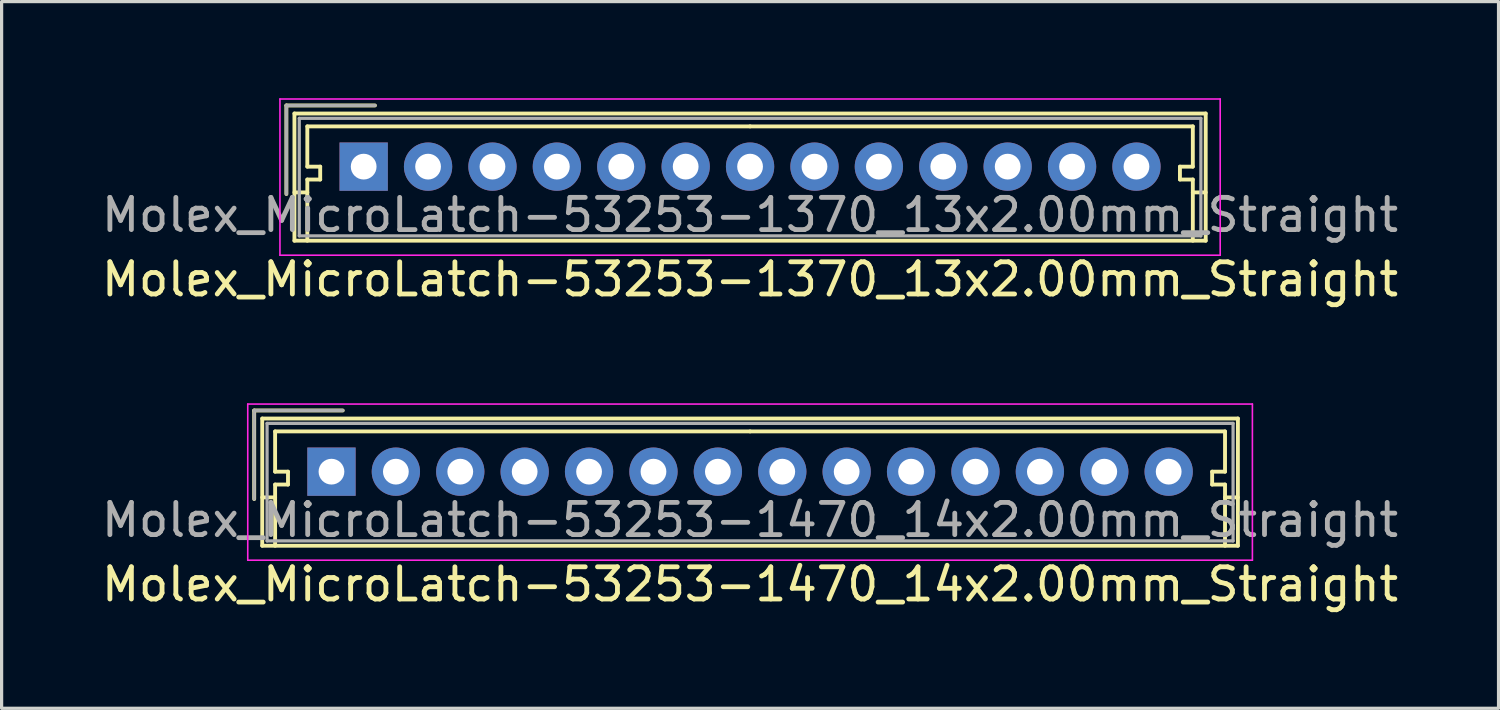
<source format=kicad_pcb>
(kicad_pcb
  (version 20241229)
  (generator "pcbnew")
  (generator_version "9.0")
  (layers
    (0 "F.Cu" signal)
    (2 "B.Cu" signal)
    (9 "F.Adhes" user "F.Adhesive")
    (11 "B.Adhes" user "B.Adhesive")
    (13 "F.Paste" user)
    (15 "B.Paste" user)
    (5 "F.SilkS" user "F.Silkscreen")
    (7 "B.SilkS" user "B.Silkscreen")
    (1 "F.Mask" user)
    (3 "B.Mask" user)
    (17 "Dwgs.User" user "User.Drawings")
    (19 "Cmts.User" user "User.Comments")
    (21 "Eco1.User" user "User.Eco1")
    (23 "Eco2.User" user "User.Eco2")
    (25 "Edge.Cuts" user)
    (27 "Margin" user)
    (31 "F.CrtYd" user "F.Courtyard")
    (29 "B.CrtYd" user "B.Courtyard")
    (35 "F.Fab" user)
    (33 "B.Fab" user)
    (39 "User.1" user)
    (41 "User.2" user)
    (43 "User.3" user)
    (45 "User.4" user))
  (footprint "Molex_MicroLatch-53253-1370_13x2.00mm_Straight"
    (layer "F.Cu")
    (at 8.244 2.125)
    (property "Reference" "Molex_MicroLatch-53253-1370_13x2.00mm_Straight" (at 12 3.5 0) (layer "F.SilkS") (effects (font (size 1 1) (thickness 0.15))))
    (attr through_hole)
    (fp_line (start -2.4 -1.9) (end -2.4 0.85) (stroke (width 0.12) (type solid)) (layer "F.SilkS"))
    (fp_line (start -2.15 -1.65) (end -2.15 2.3) (stroke (width 0.12) (type solid)) (layer "F.SilkS"))
    (fp_line (start -2.15 0.8) (end -1.75 0.8) (stroke (width 0.12) (type solid)) (layer "F.SilkS"))
    (fp_line (start -2.15 2.3) (end 26.15 2.3) (stroke (width 0.12) (type solid)) (layer "F.SilkS"))
    (fp_line (start -1.75 -1.25) (end -1.75 0) (stroke (width 0.12) (type solid)) (layer "F.SilkS"))
    (fp_line (start -1.75 0) (end -1.35 0) (stroke (width 0.12) (type solid)) (layer "F.SilkS"))
    (fp_line (start -1.75 0.4) (end -1.75 2.3) (stroke (width 0.12) (type solid)) (layer "F.SilkS"))
    (fp_line (start -1.35 0) (end -1.35 0.4) (stroke (width 0.12) (type solid)) (layer "F.SilkS"))
    (fp_line (start -1.35 0.4) (end -1.75 0.4) (stroke (width 0.12) (type solid)) (layer "F.SilkS"))
    (fp_line (start 0.35 -1.9) (end -2.4 -1.9) (stroke (width 0.12) (type solid)) (layer "F.SilkS"))
    (fp_line (start 12 -1.25) (end -1.75 -1.25) (stroke (width 0.12) (type solid)) (layer "F.SilkS"))
    (fp_line (start 12 -1.25) (end 25.75 -1.25) (stroke (width 0.12) (type solid)) (layer "F.SilkS"))
    (fp_line (start 25.35 0) (end 25.35 0.4) (stroke (width 0.12) (type solid)) (layer "F.SilkS"))
    (fp_line (start 25.35 0.4) (end 25.75 0.4) (stroke (width 0.12) (type solid)) (layer "F.SilkS"))
    (fp_line (start 25.75 -1.25) (end 25.75 0) (stroke (width 0.12) (type solid)) (layer "F.SilkS"))
    (fp_line (start 25.75 0) (end 25.35 0) (stroke (width 0.12) (type solid)) (layer "F.SilkS"))
    (fp_line (start 25.75 0.4) (end 25.75 2.3) (stroke (width 0.12) (type solid)) (layer "F.SilkS"))
    (fp_line (start 26.15 -1.65) (end -2.15 -1.65) (stroke (width 0.12) (type solid)) (layer "F.SilkS"))
    (fp_line (start 26.15 0.8) (end 25.75 0.8) (stroke (width 0.12) (type solid)) (layer "F.SilkS"))
    (fp_line (start 26.15 2.3) (end 26.15 -1.65) (stroke (width 0.12) (type solid)) (layer "F.SilkS"))
    (fp_line (start -2.6 -2.1) (end -2.6 2.75) (stroke (width 0.05) (type solid)) (layer "F.CrtYd"))
    (fp_line (start -2.6 2.75) (end 26.6 2.75) (stroke (width 0.05) (type solid)) (layer "F.CrtYd"))
    (fp_line (start 26.6 -2.1) (end -2.6 -2.1) (stroke (width 0.05) (type solid)) (layer "F.CrtYd"))
    (fp_line (start 26.6 2.75) (end 26.6 -2.1) (stroke (width 0.05) (type solid)) (layer "F.CrtYd"))
    (fp_line (start -2.4 -1.9) (end -2.4 0.85) (stroke (width 0.1) (type solid)) (layer "F.Fab"))
    (fp_line (start -2 -1.5) (end -2 2.15) (stroke (width 0.1) (type solid)) (layer "F.Fab"))
    (fp_line (start -2 2.15) (end 26 2.15) (stroke (width 0.1) (type solid)) (layer "F.Fab"))
    (fp_line (start 0.35 -1.9) (end -2.4 -1.9) (stroke (width 0.1) (type solid)) (layer "F.Fab"))
    (fp_line (start 26 -1.5) (end -2 -1.5) (stroke (width 0.1) (type solid)) (layer "F.Fab"))
    (fp_line (start 26 2.15) (end 26 -1.5) (stroke (width 0.1) (type solid)) (layer "F.Fab"))
    (fp_text user "${REFERENCE}" (at 12 1.5 0) (layer "F.Fab") (effects (font (size 1 1) (thickness 0.15))))
    (pad "1" thru_hole rect (at 0 0) (size 1.5 1.5) (drill 0.8) (layers "*.Cu" "*.Mask"))
    (pad "2" thru_hole circle (at 2 0) (size 1.5 1.5) (drill 0.8) (layers "*.Cu" "*.Mask"))
    (pad "3" thru_hole circle (at 4 0) (size 1.5 1.5) (drill 0.8) (layers "*.Cu" "*.Mask"))
    (pad "4" thru_hole circle (at 6 0) (size 1.5 1.5) (drill 0.8) (layers "*.Cu" "*.Mask"))
    (pad "5" thru_hole circle (at 8 0) (size 1.5 1.5) (drill 0.8) (layers "*.Cu" "*.Mask"))
    (pad "6" thru_hole circle (at 10 0) (size 1.5 1.5) (drill 0.8) (layers "*.Cu" "*.Mask"))
    (pad "7" thru_hole circle (at 12 0) (size 1.5 1.5) (drill 0.8) (layers "*.Cu" "*.Mask"))
    (pad "8" thru_hole circle (at 14 0) (size 1.5 1.5) (drill 0.8) (layers "*.Cu" "*.Mask"))
    (pad "9" thru_hole circle (at 16 0) (size 1.5 1.5) (drill 0.8) (layers "*.Cu" "*.Mask"))
    (pad "10" thru_hole circle (at 18 0) (size 1.5 1.5) (drill 0.8) (layers "*.Cu" "*.Mask"))
    (pad "11" thru_hole circle (at 20 0) (size 1.5 1.5) (drill 0.8) (layers "*.Cu" "*.Mask"))
    (pad "12" thru_hole circle (at 22 0) (size 1.5 1.5) (drill 0.8) (layers "*.Cu" "*.Mask"))
    (pad "13" thru_hole circle (at 24 0) (size 1.5 1.5) (drill 0.8) (layers "*.Cu" "*.Mask")))
  (footprint "Molex_MicroLatch-53253-1470_14x2.00mm_Straight"
    (layer "F.Cu")
    (at 7.244 11.598)
    (property "Reference" "Molex_MicroLatch-53253-1470_14x2.00mm_Straight" (at 13 3.5 0) (layer "F.SilkS") (effects (font (size 1 1) (thickness 0.15))))
    (attr through_hole)
    (fp_line (start -2.4 -1.9) (end -2.4 0.85) (stroke (width 0.12) (type solid)) (layer "F.SilkS"))
    (fp_line (start -2.15 -1.65) (end -2.15 2.3) (stroke (width 0.12) (type solid)) (layer "F.SilkS"))
    (fp_line (start -2.15 0.8) (end -1.75 0.8) (stroke (width 0.12) (type solid)) (layer "F.SilkS"))
    (fp_line (start -2.15 2.3) (end 28.15 2.3) (stroke (width 0.12) (type solid)) (layer "F.SilkS"))
    (fp_line (start -1.75 -1.25) (end -1.75 0) (stroke (width 0.12) (type solid)) (layer "F.SilkS"))
    (fp_line (start -1.75 0) (end -1.35 0) (stroke (width 0.12) (type solid)) (layer "F.SilkS"))
    (fp_line (start -1.75 0.4) (end -1.75 2.3) (stroke (width 0.12) (type solid)) (layer "F.SilkS"))
    (fp_line (start -1.35 0) (end -1.35 0.4) (stroke (width 0.12) (type solid)) (layer "F.SilkS"))
    (fp_line (start -1.35 0.4) (end -1.75 0.4) (stroke (width 0.12) (type solid)) (layer "F.SilkS"))
    (fp_line (start 0.35 -1.9) (end -2.4 -1.9) (stroke (width 0.12) (type solid)) (layer "F.SilkS"))
    (fp_line (start 13 -1.25) (end -1.75 -1.25) (stroke (width 0.12) (type solid)) (layer "F.SilkS"))
    (fp_line (start 13 -1.25) (end 27.75 -1.25) (stroke (width 0.12) (type solid)) (layer "F.SilkS"))
    (fp_line (start 27.35 0) (end 27.35 0.4) (stroke (width 0.12) (type solid)) (layer "F.SilkS"))
    (fp_line (start 27.35 0.4) (end 27.75 0.4) (stroke (width 0.12) (type solid)) (layer "F.SilkS"))
    (fp_line (start 27.75 -1.25) (end 27.75 0) (stroke (width 0.12) (type solid)) (layer "F.SilkS"))
    (fp_line (start 27.75 0) (end 27.35 0) (stroke (width 0.12) (type solid)) (layer "F.SilkS"))
    (fp_line (start 27.75 0.4) (end 27.75 2.3) (stroke (width 0.12) (type solid)) (layer "F.SilkS"))
    (fp_line (start 28.15 -1.65) (end -2.15 -1.65) (stroke (width 0.12) (type solid)) (layer "F.SilkS"))
    (fp_line (start 28.15 0.8) (end 27.75 0.8) (stroke (width 0.12) (type solid)) (layer "F.SilkS"))
    (fp_line (start 28.15 2.3) (end 28.15 -1.65) (stroke (width 0.12) (type solid)) (layer "F.SilkS"))
    (fp_line (start -2.6 -2.1) (end -2.6 2.75) (stroke (width 0.05) (type solid)) (layer "F.CrtYd"))
    (fp_line (start -2.6 2.75) (end 28.6 2.75) (stroke (width 0.05) (type solid)) (layer "F.CrtYd"))
    (fp_line (start 28.6 -2.1) (end -2.6 -2.1) (stroke (width 0.05) (type solid)) (layer "F.CrtYd"))
    (fp_line (start 28.6 2.75) (end 28.6 -2.1) (stroke (width 0.05) (type solid)) (layer "F.CrtYd"))
    (fp_line (start -2.4 -1.9) (end -2.4 0.85) (stroke (width 0.1) (type solid)) (layer "F.Fab"))
    (fp_line (start -2 -1.5) (end -2 2.15) (stroke (width 0.1) (type solid)) (layer "F.Fab"))
    (fp_line (start -2 2.15) (end 28 2.15) (stroke (width 0.1) (type solid)) (layer "F.Fab"))
    (fp_line (start 0.35 -1.9) (end -2.4 -1.9) (stroke (width 0.1) (type solid)) (layer "F.Fab"))
    (fp_line (start 28 -1.5) (end -2 -1.5) (stroke (width 0.1) (type solid)) (layer "F.Fab"))
    (fp_line (start 28 2.15) (end 28 -1.5) (stroke (width 0.1) (type solid)) (layer "F.Fab"))
    (fp_text user "${REFERENCE}" (at 13 1.5 0) (layer "F.Fab") (effects (font (size 1 1) (thickness 0.15))))
    (pad "1" thru_hole rect (at 0 0) (size 1.5 1.5) (drill 0.8) (layers "*.Cu" "*.Mask"))
    (pad "2" thru_hole circle (at 2 0) (size 1.5 1.5) (drill 0.8) (layers "*.Cu" "*.Mask"))
    (pad "3" thru_hole circle (at 4 0) (size 1.5 1.5) (drill 0.8) (layers "*.Cu" "*.Mask"))
    (pad "4" thru_hole circle (at 6 0) (size 1.5 1.5) (drill 0.8) (layers "*.Cu" "*.Mask"))
    (pad "5" thru_hole circle (at 8 0) (size 1.5 1.5) (drill 0.8) (layers "*.Cu" "*.Mask"))
    (pad "6" thru_hole circle (at 10 0) (size 1.5 1.5) (drill 0.8) (layers "*.Cu" "*.Mask"))
    (pad "7" thru_hole circle (at 12 0) (size 1.5 1.5) (drill 0.8) (layers "*.Cu" "*.Mask"))
    (pad "8" thru_hole circle (at 14 0) (size 1.5 1.5) (drill 0.8) (layers "*.Cu" "*.Mask"))
    (pad "9" thru_hole circle (at 16 0) (size 1.5 1.5) (drill 0.8) (layers "*.Cu" "*.Mask"))
    (pad "10" thru_hole circle (at 18 0) (size 1.5 1.5) (drill 0.8) (layers "*.Cu" "*.Mask"))
    (pad "11" thru_hole circle (at 20 0) (size 1.5 1.5) (drill 0.8) (layers "*.Cu" "*.Mask"))
    (pad "12" thru_hole circle (at 22 0) (size 1.5 1.5) (drill 0.8) (layers "*.Cu" "*.Mask"))
    (pad "13" thru_hole circle (at 24 0) (size 1.5 1.5) (drill 0.8) (layers "*.Cu" "*.Mask"))
    (pad "14" thru_hole circle (at 26 0) (size 1.5 1.5) (drill 0.8) (layers "*.Cu" "*.Mask")))
  (gr_rect
    (start -3 -3)
    (end 43.488 18.947)
    (stroke (width 0.1) (type default))
    (fill no)
    (layer "Edge.Cuts")))
</source>
